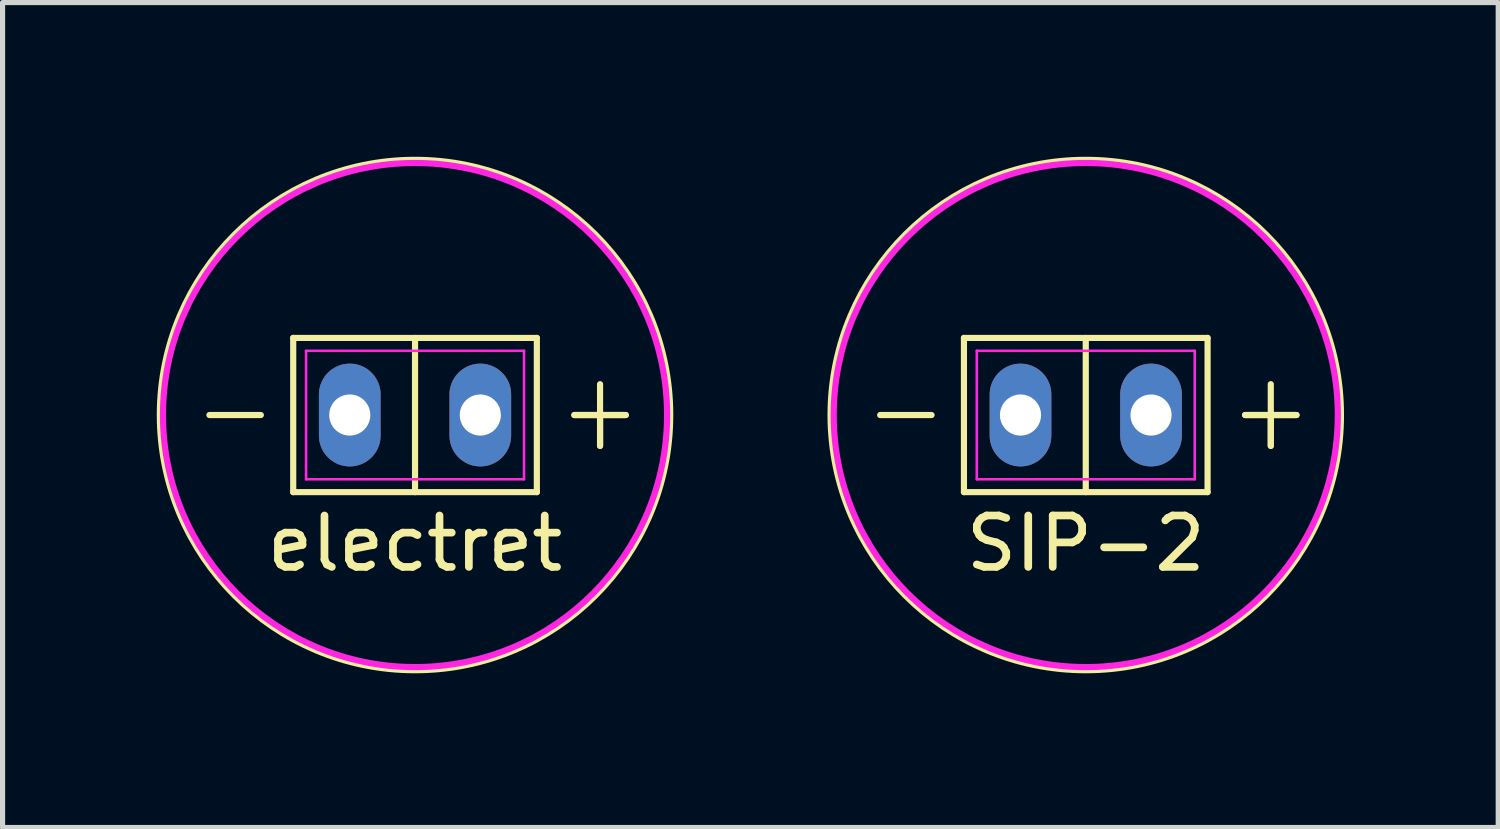
<source format=kicad_pcb>
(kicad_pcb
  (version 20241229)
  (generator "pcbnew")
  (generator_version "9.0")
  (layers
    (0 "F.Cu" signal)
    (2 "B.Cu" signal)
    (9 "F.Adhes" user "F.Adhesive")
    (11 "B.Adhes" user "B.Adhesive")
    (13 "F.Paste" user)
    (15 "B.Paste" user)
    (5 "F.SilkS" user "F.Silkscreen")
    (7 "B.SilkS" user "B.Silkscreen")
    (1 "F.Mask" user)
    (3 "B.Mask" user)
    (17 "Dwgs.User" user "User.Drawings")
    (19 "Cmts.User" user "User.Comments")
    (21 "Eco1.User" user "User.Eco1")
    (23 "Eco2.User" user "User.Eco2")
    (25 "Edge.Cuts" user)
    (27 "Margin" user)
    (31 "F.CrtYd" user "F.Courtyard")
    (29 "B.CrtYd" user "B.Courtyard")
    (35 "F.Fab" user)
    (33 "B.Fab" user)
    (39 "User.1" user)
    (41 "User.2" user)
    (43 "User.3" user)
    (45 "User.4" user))
  (footprint "SIP-2"
    (layer "F.Cu")
    (at 18.075 5.025)
    (property "Reference" "SIP-2" (at 0 2.5 0) (layer "F.SilkS") (effects (font (size 1 1) (thickness 0.15))))
    (attr through_hole)
    (fp_line (start -4 0) (end -3 0) (stroke (width 0.12) (type solid)) (layer "F.SilkS"))
    (fp_line (start -2.37 -1.5) (end 2.37 -1.5) (stroke (width 0.12) (type solid)) (layer "F.SilkS"))
    (fp_line (start -2.37 1.5) (end -2.37 -1.5) (stroke (width 0.12) (type solid)) (layer "F.SilkS"))
    (fp_line (start 0 -1.5) (end 0 1.5) (stroke (width 0.12) (type solid)) (layer "F.SilkS"))
    (fp_line (start 2.37 -1.5) (end 2.37 1.5) (stroke (width 0.12) (type solid)) (layer "F.SilkS"))
    (fp_line (start 2.37 1.5) (end -2.37 1.5) (stroke (width 0.12) (type solid)) (layer "F.SilkS"))
    (fp_line (start 3.1 0) (end 3.6 0) (stroke (width 0.12) (type solid)) (layer "F.SilkS"))
    (fp_line (start 3.6 -0.6) (end 3.6 0.6) (stroke (width 0.12) (type solid)) (layer "F.SilkS"))
    (fp_line (start 3.6 0) (end 4.1 0) (stroke (width 0.12) (type solid)) (layer "F.SilkS"))
    (fp_line (start 3.6 0.6) (end 3.6 0) (stroke (width 0.12) (type solid)) (layer "F.SilkS"))
    (fp_line (start 4.1 0) (end 3.1 0) (stroke (width 0.12) (type solid)) (layer "F.SilkS"))
    (fp_circle (center 0 0) (end 0.8 -4.9) (stroke (width 0.12) (type solid)) (fill no) (layer "F.SilkS"))
    (fp_line (start -2.12 -1.25) (end 2.12 -1.25) (stroke (width 0.05) (type solid)) (layer "F.CrtYd"))
    (fp_line (start -2.12 1.25) (end -2.12 -1.25) (stroke (width 0.05) (type solid)) (layer "F.CrtYd"))
    (fp_line (start 2.12 -1.25) (end 2.12 1.25) (stroke (width 0.05) (type solid)) (layer "F.CrtYd"))
    (fp_line (start 2.12 1.25) (end -2.12 1.25) (stroke (width 0.05) (type solid)) (layer "F.CrtYd"))
    (fp_circle (center 0 0) (end -0.2 4.9) (stroke (width 0.12) (type solid)) (fill no) (layer "F.CrtYd"))
    (pad "1" thru_hole oval (at -1.27 0) (size 1.2 2) (drill 0.8) (layers "*.Cu" "*.Mask"))
    (pad "2" thru_hole oval (at 1.27 0) (size 1.2 2) (drill 0.8) (layers "*.Cu" "*.Mask")))
  (footprint "electret"
    (layer "F.Cu")
    (at 5.025 5.025)
    (property "Reference" "electret" (at 0 2.5 0) (layer "F.SilkS") (effects (font (size 1 1) (thickness 0.15))))
    (attr through_hole)
    (fp_line (start -4 0) (end -3 0) (stroke (width 0.12) (type solid)) (layer "F.SilkS"))
    (fp_line (start -2.37 -1.5) (end 2.37 -1.5) (stroke (width 0.12) (type solid)) (layer "F.SilkS"))
    (fp_line (start -2.37 1.5) (end -2.37 -1.5) (stroke (width 0.12) (type solid)) (layer "F.SilkS"))
    (fp_line (start 0 -1.5) (end 0 1.5) (stroke (width 0.12) (type solid)) (layer "F.SilkS"))
    (fp_line (start 2.37 -1.5) (end 2.37 1.5) (stroke (width 0.12) (type solid)) (layer "F.SilkS"))
    (fp_line (start 2.37 1.5) (end -2.37 1.5) (stroke (width 0.12) (type solid)) (layer "F.SilkS"))
    (fp_line (start 3.1 0) (end 3.6 0) (stroke (width 0.12) (type solid)) (layer "F.SilkS"))
    (fp_line (start 3.6 -0.6) (end 3.6 0.6) (stroke (width 0.12) (type solid)) (layer "F.SilkS"))
    (fp_line (start 3.6 0) (end 4.1 0) (stroke (width 0.12) (type solid)) (layer "F.SilkS"))
    (fp_line (start 3.6 0.6) (end 3.6 0) (stroke (width 0.12) (type solid)) (layer "F.SilkS"))
    (fp_line (start 4.1 0) (end 3.1 0) (stroke (width 0.12) (type solid)) (layer "F.SilkS"))
    (fp_circle (center 0 0) (end 0.8 -4.9) (stroke (width 0.12) (type solid)) (fill no) (layer "F.SilkS"))
    (fp_line (start -2.12 -1.25) (end 2.12 -1.25) (stroke (width 0.05) (type solid)) (layer "F.CrtYd"))
    (fp_line (start -2.12 1.25) (end -2.12 -1.25) (stroke (width 0.05) (type solid)) (layer "F.CrtYd"))
    (fp_line (start 2.12 -1.25) (end 2.12 1.25) (stroke (width 0.05) (type solid)) (layer "F.CrtYd"))
    (fp_line (start 2.12 1.25) (end -2.12 1.25) (stroke (width 0.05) (type solid)) (layer "F.CrtYd"))
    (fp_circle (center 0 0) (end -0.2 4.9) (stroke (width 0.12) (type solid)) (fill no) (layer "F.CrtYd"))
    (pad "1" thru_hole oval (at -1.27 0) (size 1.2 2) (drill 0.8) (layers "*.Cu" "*.Mask"))
    (pad "2" thru_hole oval (at 1.27 0) (size 1.2 2) (drill 0.8) (layers "*.Cu" "*.Mask")))
  (gr_rect
    (start -3 -3)
    (end 26.1 13.05)
    (stroke (width 0.1) (type default))
    (fill no)
    (layer "Edge.Cuts")))
</source>
